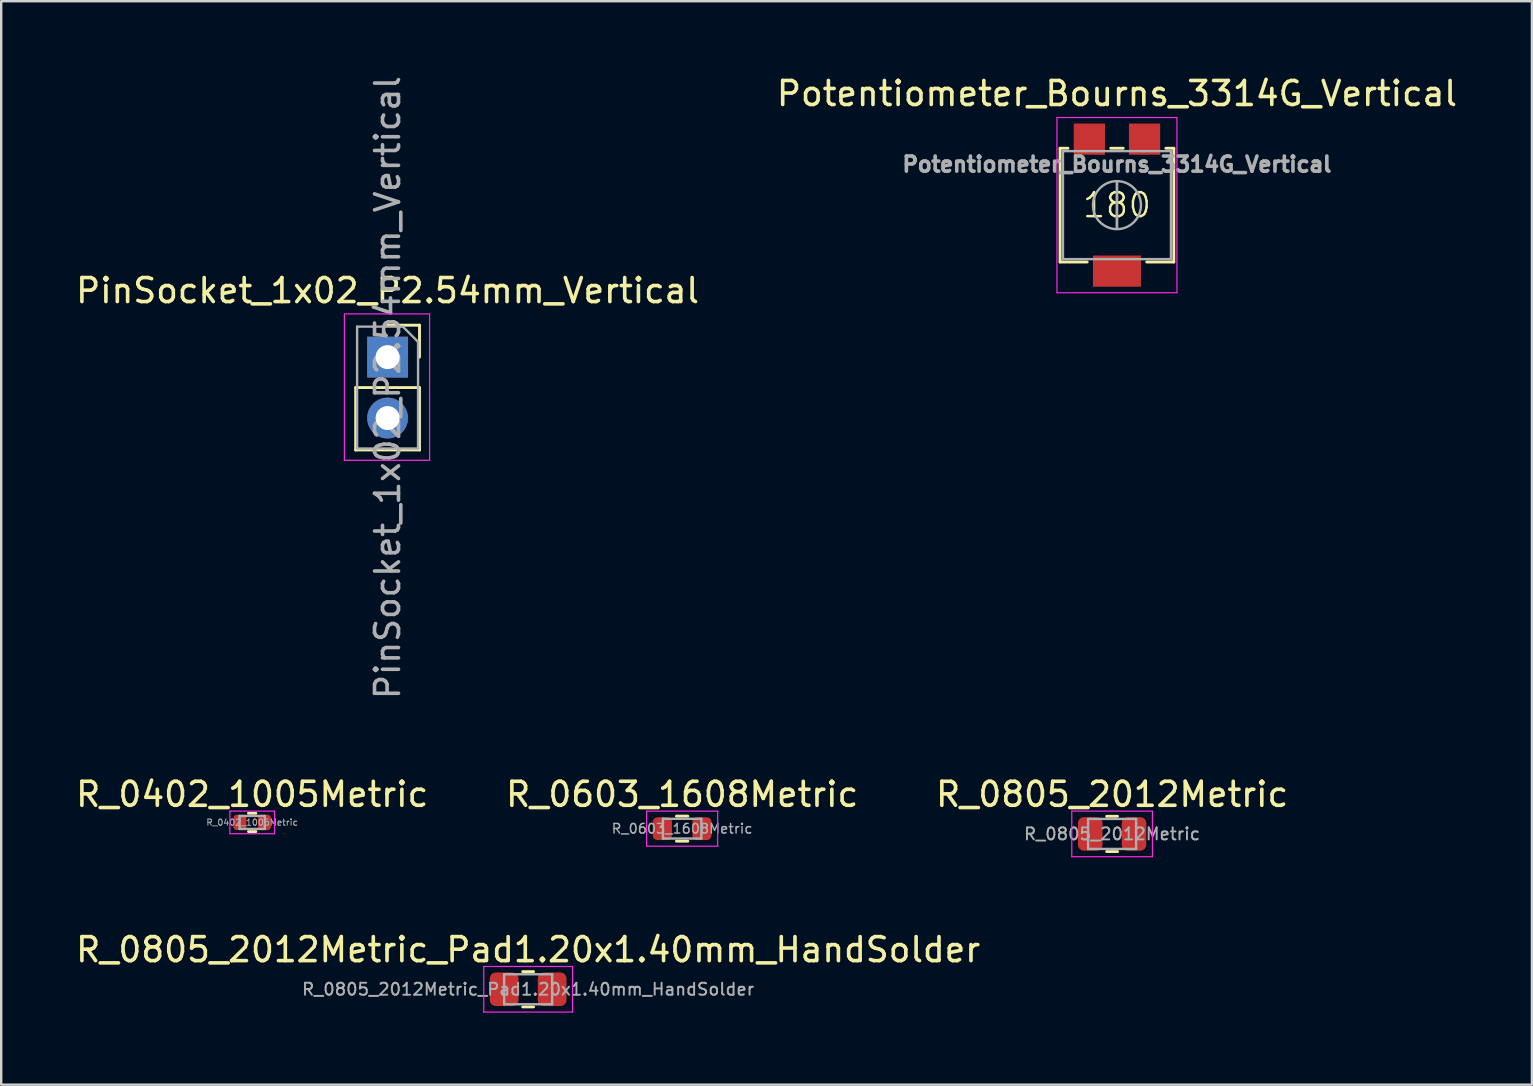
<source format=kicad_pcb>
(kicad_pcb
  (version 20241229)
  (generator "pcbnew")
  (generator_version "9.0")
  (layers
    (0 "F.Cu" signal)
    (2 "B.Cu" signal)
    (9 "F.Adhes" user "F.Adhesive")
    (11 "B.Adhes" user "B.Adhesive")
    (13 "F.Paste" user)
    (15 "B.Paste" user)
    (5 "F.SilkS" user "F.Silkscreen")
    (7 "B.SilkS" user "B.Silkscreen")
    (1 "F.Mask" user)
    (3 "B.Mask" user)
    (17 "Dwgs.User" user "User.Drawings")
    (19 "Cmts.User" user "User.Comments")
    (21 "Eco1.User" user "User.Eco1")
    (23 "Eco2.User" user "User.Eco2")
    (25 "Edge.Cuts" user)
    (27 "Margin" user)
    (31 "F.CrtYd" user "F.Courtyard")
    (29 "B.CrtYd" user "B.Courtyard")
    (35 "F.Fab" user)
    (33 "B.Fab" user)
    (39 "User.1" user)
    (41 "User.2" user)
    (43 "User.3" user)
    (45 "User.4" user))
  (footprint "R_0805_2012Metric_Pad1.20x1.40mm_HandSolder"
    (placed yes)
    (layer "F.Cu")
    (at 18.958 38.174)
    (property "Reference" "R_0805_2012Metric_Pad1.20x1.40mm_HandSolder" (at 0 -1.65 180) (layer "F.SilkS") (effects (font (size 1 1) (thickness 0.15))))
    (attr smd)
    (fp_line (start -0.227 -0.735) (end 0.227 -0.735) (stroke (width 0.12) (type solid)) (layer "F.SilkS"))
    (fp_line (start -0.227 0.735) (end 0.227 0.735) (stroke (width 0.12) (type solid)) (layer "F.SilkS"))
    (fp_line (start -1.85 -0.95) (end 1.85 -0.95) (stroke (width 0.05) (type solid)) (layer "F.CrtYd"))
    (fp_line (start -1.85 0.95) (end -1.85 -0.95) (stroke (width 0.05) (type solid)) (layer "F.CrtYd"))
    (fp_line (start 1.85 -0.95) (end 1.85 0.95) (stroke (width 0.05) (type solid)) (layer "F.CrtYd"))
    (fp_line (start 1.85 0.95) (end -1.85 0.95) (stroke (width 0.05) (type solid)) (layer "F.CrtYd"))
    (fp_line (start -1 -0.625) (end 1 -0.625) (stroke (width 0.1) (type solid)) (layer "F.Fab"))
    (fp_line (start -1 0.625) (end -1 -0.625) (stroke (width 0.1) (type solid)) (layer "F.Fab"))
    (fp_line (start 1 -0.625) (end 1 0.625) (stroke (width 0.1) (type solid)) (layer "F.Fab"))
    (fp_line (start 1 0.625) (end -1 0.625) (stroke (width 0.1) (type solid)) (layer "F.Fab"))
    (fp_text user "${REFERENCE}" (at 0 0 180) (layer "F.Fab") (effects (font (size 0.5 0.5) (thickness 0.08))))
    (pad "1" smd roundrect (at -1 0) (size 1.2 1.4) (layers "F.Cu" "F.Mask" "F.Paste") (roundrect_rratio 0.208))
    (pad "2" smd roundrect (at 1 0) (size 1.2 1.4) (layers "F.Cu" "F.Mask" "F.Paste") (roundrect_rratio 0.208)))
  (footprint "R_0805_2012Metric"
    (layer "F.Cu")
    (at 43.292 31.701)
    (property "Reference" "R_0805_2012Metric" (at 0 -1.65 0) (layer "F.SilkS") (effects (font (size 1 1) (thickness 0.15))))
    (attr smd)
    (fp_line (start -0.227 -0.735) (end 0.227 -0.735) (stroke (width 0.12) (type solid)) (layer "F.SilkS"))
    (fp_line (start -0.227 0.735) (end 0.227 0.735) (stroke (width 0.12) (type solid)) (layer "F.SilkS"))
    (fp_line (start -1.68 -0.95) (end 1.68 -0.95) (stroke (width 0.05) (type solid)) (layer "F.CrtYd"))
    (fp_line (start -1.68 0.95) (end -1.68 -0.95) (stroke (width 0.05) (type solid)) (layer "F.CrtYd"))
    (fp_line (start 1.68 -0.95) (end 1.68 0.95) (stroke (width 0.05) (type solid)) (layer "F.CrtYd"))
    (fp_line (start 1.68 0.95) (end -1.68 0.95) (stroke (width 0.05) (type solid)) (layer "F.CrtYd"))
    (fp_line (start -1 -0.625) (end 1 -0.625) (stroke (width 0.1) (type solid)) (layer "F.Fab"))
    (fp_line (start -1 0.625) (end -1 -0.625) (stroke (width 0.1) (type solid)) (layer "F.Fab"))
    (fp_line (start 1 -0.625) (end 1 0.625) (stroke (width 0.1) (type solid)) (layer "F.Fab"))
    (fp_line (start 1 0.625) (end -1 0.625) (stroke (width 0.1) (type solid)) (layer "F.Fab"))
    (fp_text user "${REFERENCE}" (at 0 0 0) (layer "F.Fab") (effects (font (size 0.5 0.5) (thickness 0.08))))
    (pad "1" smd roundrect (at -0.912 0) (size 1.025 1.4) (layers "F.Cu" "F.Mask" "F.Paste") (roundrect_rratio 0.244))
    (pad "2" smd roundrect (at 0.912 0) (size 1.025 1.4) (layers "F.Cu" "F.Mask" "F.Paste") (roundrect_rratio 0.244)))
  (footprint "R_0603_1608Metric"
    (layer "F.Cu")
    (at 25.375 31.481)
    (property "Reference" "R_0603_1608Metric" (at 0 -1.43 0) (layer "F.SilkS") (effects (font (size 1 1) (thickness 0.15))))
    (attr smd)
    (fp_line (start -0.237 -0.522) (end 0.237 -0.522) (stroke (width 0.12) (type solid)) (layer "F.SilkS"))
    (fp_line (start -0.237 0.522) (end 0.237 0.522) (stroke (width 0.12) (type solid)) (layer "F.SilkS"))
    (fp_line (start -1.48 -0.73) (end 1.48 -0.73) (stroke (width 0.05) (type solid)) (layer "F.CrtYd"))
    (fp_line (start -1.48 0.73) (end -1.48 -0.73) (stroke (width 0.05) (type solid)) (layer "F.CrtYd"))
    (fp_line (start 1.48 -0.73) (end 1.48 0.73) (stroke (width 0.05) (type solid)) (layer "F.CrtYd"))
    (fp_line (start 1.48 0.73) (end -1.48 0.73) (stroke (width 0.05) (type solid)) (layer "F.CrtYd"))
    (fp_line (start -0.8 -0.412) (end 0.8 -0.412) (stroke (width 0.1) (type solid)) (layer "F.Fab"))
    (fp_line (start -0.8 0.412) (end -0.8 -0.412) (stroke (width 0.1) (type solid)) (layer "F.Fab"))
    (fp_line (start 0.8 -0.412) (end 0.8 0.412) (stroke (width 0.1) (type solid)) (layer "F.Fab"))
    (fp_line (start 0.8 0.412) (end -0.8 0.412) (stroke (width 0.1) (type solid)) (layer "F.Fab"))
    (fp_text user "${REFERENCE}" (at 0 0 0) (layer "F.Fab") (effects (font (size 0.4 0.4) (thickness 0.06))))
    (pad "1" smd roundrect (at -0.825 0) (size 0.8 0.95) (layers "F.Cu" "F.Mask" "F.Paste") (roundrect_rratio 0.25))
    (pad "2" smd roundrect (at 0.825 0) (size 0.8 0.95) (layers "F.Cu" "F.Mask" "F.Paste") (roundrect_rratio 0.25)))
  (footprint "Potentiometer_Bourns_3314G_Vertical"
    (layer "F.Cu")
    (at 43.494 5.498)
    (property "Reference" "Potentiometer_Bourns_3314G_Vertical" (at 0 -4.65 180) (layer "F.SilkS") (effects (font (size 1 1) (thickness 0.15))))
    (property "JLCPCB Rotation Offset" "180" (at 0 0 0) (layer "F.SilkS") (effects (font (size 1 1) (thickness 0.1))))
    (attr smd)
    (fp_line (start -2.37 -2.37) (end -2.37 2.37) (stroke (width 0.12) (type solid)) (layer "F.SilkS"))
    (fp_line (start -2.37 -2.37) (end -2.039 -2.37) (stroke (width 0.12) (type solid)) (layer "F.SilkS"))
    (fp_line (start -2.37 2.37) (end -1.24 2.37) (stroke (width 0.12) (type solid)) (layer "F.SilkS"))
    (fp_line (start -0.259 -2.37) (end 0.26 -2.37) (stroke (width 0.12) (type solid)) (layer "F.SilkS"))
    (fp_line (start 1.24 2.37) (end 2.37 2.37) (stroke (width 0.12) (type solid)) (layer "F.SilkS"))
    (fp_line (start 2.04 -2.37) (end 2.37 -2.37) (stroke (width 0.12) (type solid)) (layer "F.SilkS"))
    (fp_line (start 2.37 -2.37) (end 2.37 2.37) (stroke (width 0.12) (type solid)) (layer "F.SilkS"))
    (fp_line (start -2.5 -3.65) (end -2.5 3.65) (stroke (width 0.05) (type solid)) (layer "F.CrtYd"))
    (fp_line (start -2.5 3.65) (end 2.5 3.65) (stroke (width 0.05) (type solid)) (layer "F.CrtYd"))
    (fp_line (start 2.5 -3.65) (end -2.5 -3.65) (stroke (width 0.05) (type solid)) (layer "F.CrtYd"))
    (fp_line (start 2.5 3.65) (end 2.5 -3.65) (stroke (width 0.05) (type solid)) (layer "F.CrtYd"))
    (fp_line (start -2.25 -2.25) (end -2.25 2.25) (stroke (width 0.1) (type solid)) (layer "F.Fab"))
    (fp_line (start -2.25 2.25) (end 2.25 2.25) (stroke (width 0.1) (type solid)) (layer "F.Fab"))
    (fp_line (start 0 0.99) (end 0.001 -0.989) (stroke (width 0.1) (type solid)) (layer "F.Fab"))
    (fp_line (start 0 0.99) (end 0.001 -0.989) (stroke (width 0.1) (type solid)) (layer "F.Fab"))
    (fp_line (start 2.25 -2.25) (end -2.25 -2.25) (stroke (width 0.1) (type solid)) (layer "F.Fab"))
    (fp_line (start 2.25 2.25) (end 2.25 -2.25) (stroke (width 0.1) (type solid)) (layer "F.Fab"))
    (fp_circle (center 0 0) (end 1 0) (stroke (width 0.1) (type solid)) (fill no) (layer "F.Fab"))
    (fp_text user "${REFERENCE}" (at 0 -1.7 180) (layer "F.Fab") (effects (font (size 0.63 0.63) (thickness 0.15))))
    (pad "1" smd rect (at 1.15 -2.75) (size 1.3 1.3) (layers "F.Cu" "F.Mask" "F.Paste"))
    (pad "2" smd rect (at 0 2.75) (size 2 1.3) (layers "F.Cu" "F.Mask" "F.Paste"))
    (pad "3" smd rect (at -1.15 -2.75) (size 1.3 1.3) (layers "F.Cu" "F.Mask" "F.Paste")))
  (footprint "PinSocket_1x02_P2.54mm_Vertical"
    (layer "F.Cu")
    (at 13.101 11.831)
    (property "Reference" "PinSocket_1x02_P2.54mm_Vertical" (at 0 -2.77 180) (layer "F.SilkS") (effects (font (size 1 1) (thickness 0.15))))
    (attr through_hole)
    (fp_line (start -1.33 1.27) (end -1.33 3.87) (stroke (width 0.12) (type solid)) (layer "F.SilkS"))
    (fp_line (start -1.33 1.27) (end 1.33 1.27) (stroke (width 0.12) (type solid)) (layer "F.SilkS"))
    (fp_line (start -1.33 3.87) (end 1.33 3.87) (stroke (width 0.12) (type solid)) (layer "F.SilkS"))
    (fp_line (start 0 -1.33) (end 1.33 -1.33) (stroke (width 0.12) (type solid)) (layer "F.SilkS"))
    (fp_line (start 1.33 -1.33) (end 1.33 0) (stroke (width 0.12) (type solid)) (layer "F.SilkS"))
    (fp_line (start 1.33 1.27) (end 1.33 3.87) (stroke (width 0.12) (type solid)) (layer "F.SilkS"))
    (fp_line (start -1.8 -1.8) (end 1.75 -1.8) (stroke (width 0.05) (type solid)) (layer "F.CrtYd"))
    (fp_line (start -1.8 4.3) (end -1.8 -1.8) (stroke (width 0.05) (type solid)) (layer "F.CrtYd"))
    (fp_line (start 1.75 -1.8) (end 1.75 4.3) (stroke (width 0.05) (type solid)) (layer "F.CrtYd"))
    (fp_line (start 1.75 4.3) (end -1.8 4.3) (stroke (width 0.05) (type solid)) (layer "F.CrtYd"))
    (fp_line (start -1.27 -1.27) (end 0.635 -1.27) (stroke (width 0.1) (type solid)) (layer "F.Fab"))
    (fp_line (start -1.27 3.81) (end -1.27 -1.27) (stroke (width 0.1) (type solid)) (layer "F.Fab"))
    (fp_line (start 0.635 -1.27) (end 1.27 -0.635) (stroke (width 0.1) (type solid)) (layer "F.Fab"))
    (fp_line (start 1.27 -0.635) (end 1.27 3.81) (stroke (width 0.1) (type solid)) (layer "F.Fab"))
    (fp_line (start 1.27 3.81) (end -1.27 3.81) (stroke (width 0.1) (type solid)) (layer "F.Fab"))
    (fp_text user "${REFERENCE}" (at 0 1.27 270) (layer "F.Fab") (effects (font (size 1 1) (thickness 0.15))))
    (pad "1" thru_hole rect (at 0 0) (size 1.7 1.7) (drill 1) (layers "*.Cu" "*.Mask"))
    (pad "2" thru_hole oval (at 0 2.54) (size 1.7 1.7) (drill 1) (layers "*.Cu" "*.Mask")))
  (footprint "R_0402_1005Metric"
    (layer "F.Cu")
    (at 7.458 31.221)
    (property "Reference" "R_0402_1005Metric" (at 0 -1.17 180) (layer "F.SilkS") (effects (font (size 1 1) (thickness 0.15))))
    (attr smd)
    (fp_line (start -0.154 -0.38) (end 0.154 -0.38) (stroke (width 0.12) (type solid)) (layer "F.SilkS"))
    (fp_line (start -0.154 0.38) (end 0.154 0.38) (stroke (width 0.12) (type solid)) (layer "F.SilkS"))
    (fp_line (start -0.93 -0.47) (end 0.93 -0.47) (stroke (width 0.05) (type solid)) (layer "F.CrtYd"))
    (fp_line (start -0.93 0.47) (end -0.93 -0.47) (stroke (width 0.05) (type solid)) (layer "F.CrtYd"))
    (fp_line (start 0.93 -0.47) (end 0.93 0.47) (stroke (width 0.05) (type solid)) (layer "F.CrtYd"))
    (fp_line (start 0.93 0.47) (end -0.93 0.47) (stroke (width 0.05) (type solid)) (layer "F.CrtYd"))
    (fp_line (start -0.525 -0.27) (end 0.525 -0.27) (stroke (width 0.1) (type solid)) (layer "F.Fab"))
    (fp_line (start -0.525 0.27) (end -0.525 -0.27) (stroke (width 0.1) (type solid)) (layer "F.Fab"))
    (fp_line (start 0.525 -0.27) (end 0.525 0.27) (stroke (width 0.1) (type solid)) (layer "F.Fab"))
    (fp_line (start 0.525 0.27) (end -0.525 0.27) (stroke (width 0.1) (type solid)) (layer "F.Fab"))
    (fp_text user "${REFERENCE}" (at 0 0 180) (layer "F.Fab") (effects (font (size 0.26 0.26) (thickness 0.04))))
    (pad "1" smd roundrect (at -0.51 0) (size 0.54 0.64) (layers "F.Cu" "F.Mask" "F.Paste") (roundrect_rratio 0.25))
    (pad "2" smd roundrect (at 0.51 0) (size 0.54 0.64) (layers "F.Cu" "F.Mask" "F.Paste") (roundrect_rratio 0.25)))
  (gr_rect
    (start -3 -3)
    (end 60.786 42.149)
    (stroke (width 0.1) (type default))
    (fill no)
    (layer "Edge.Cuts")))
</source>
